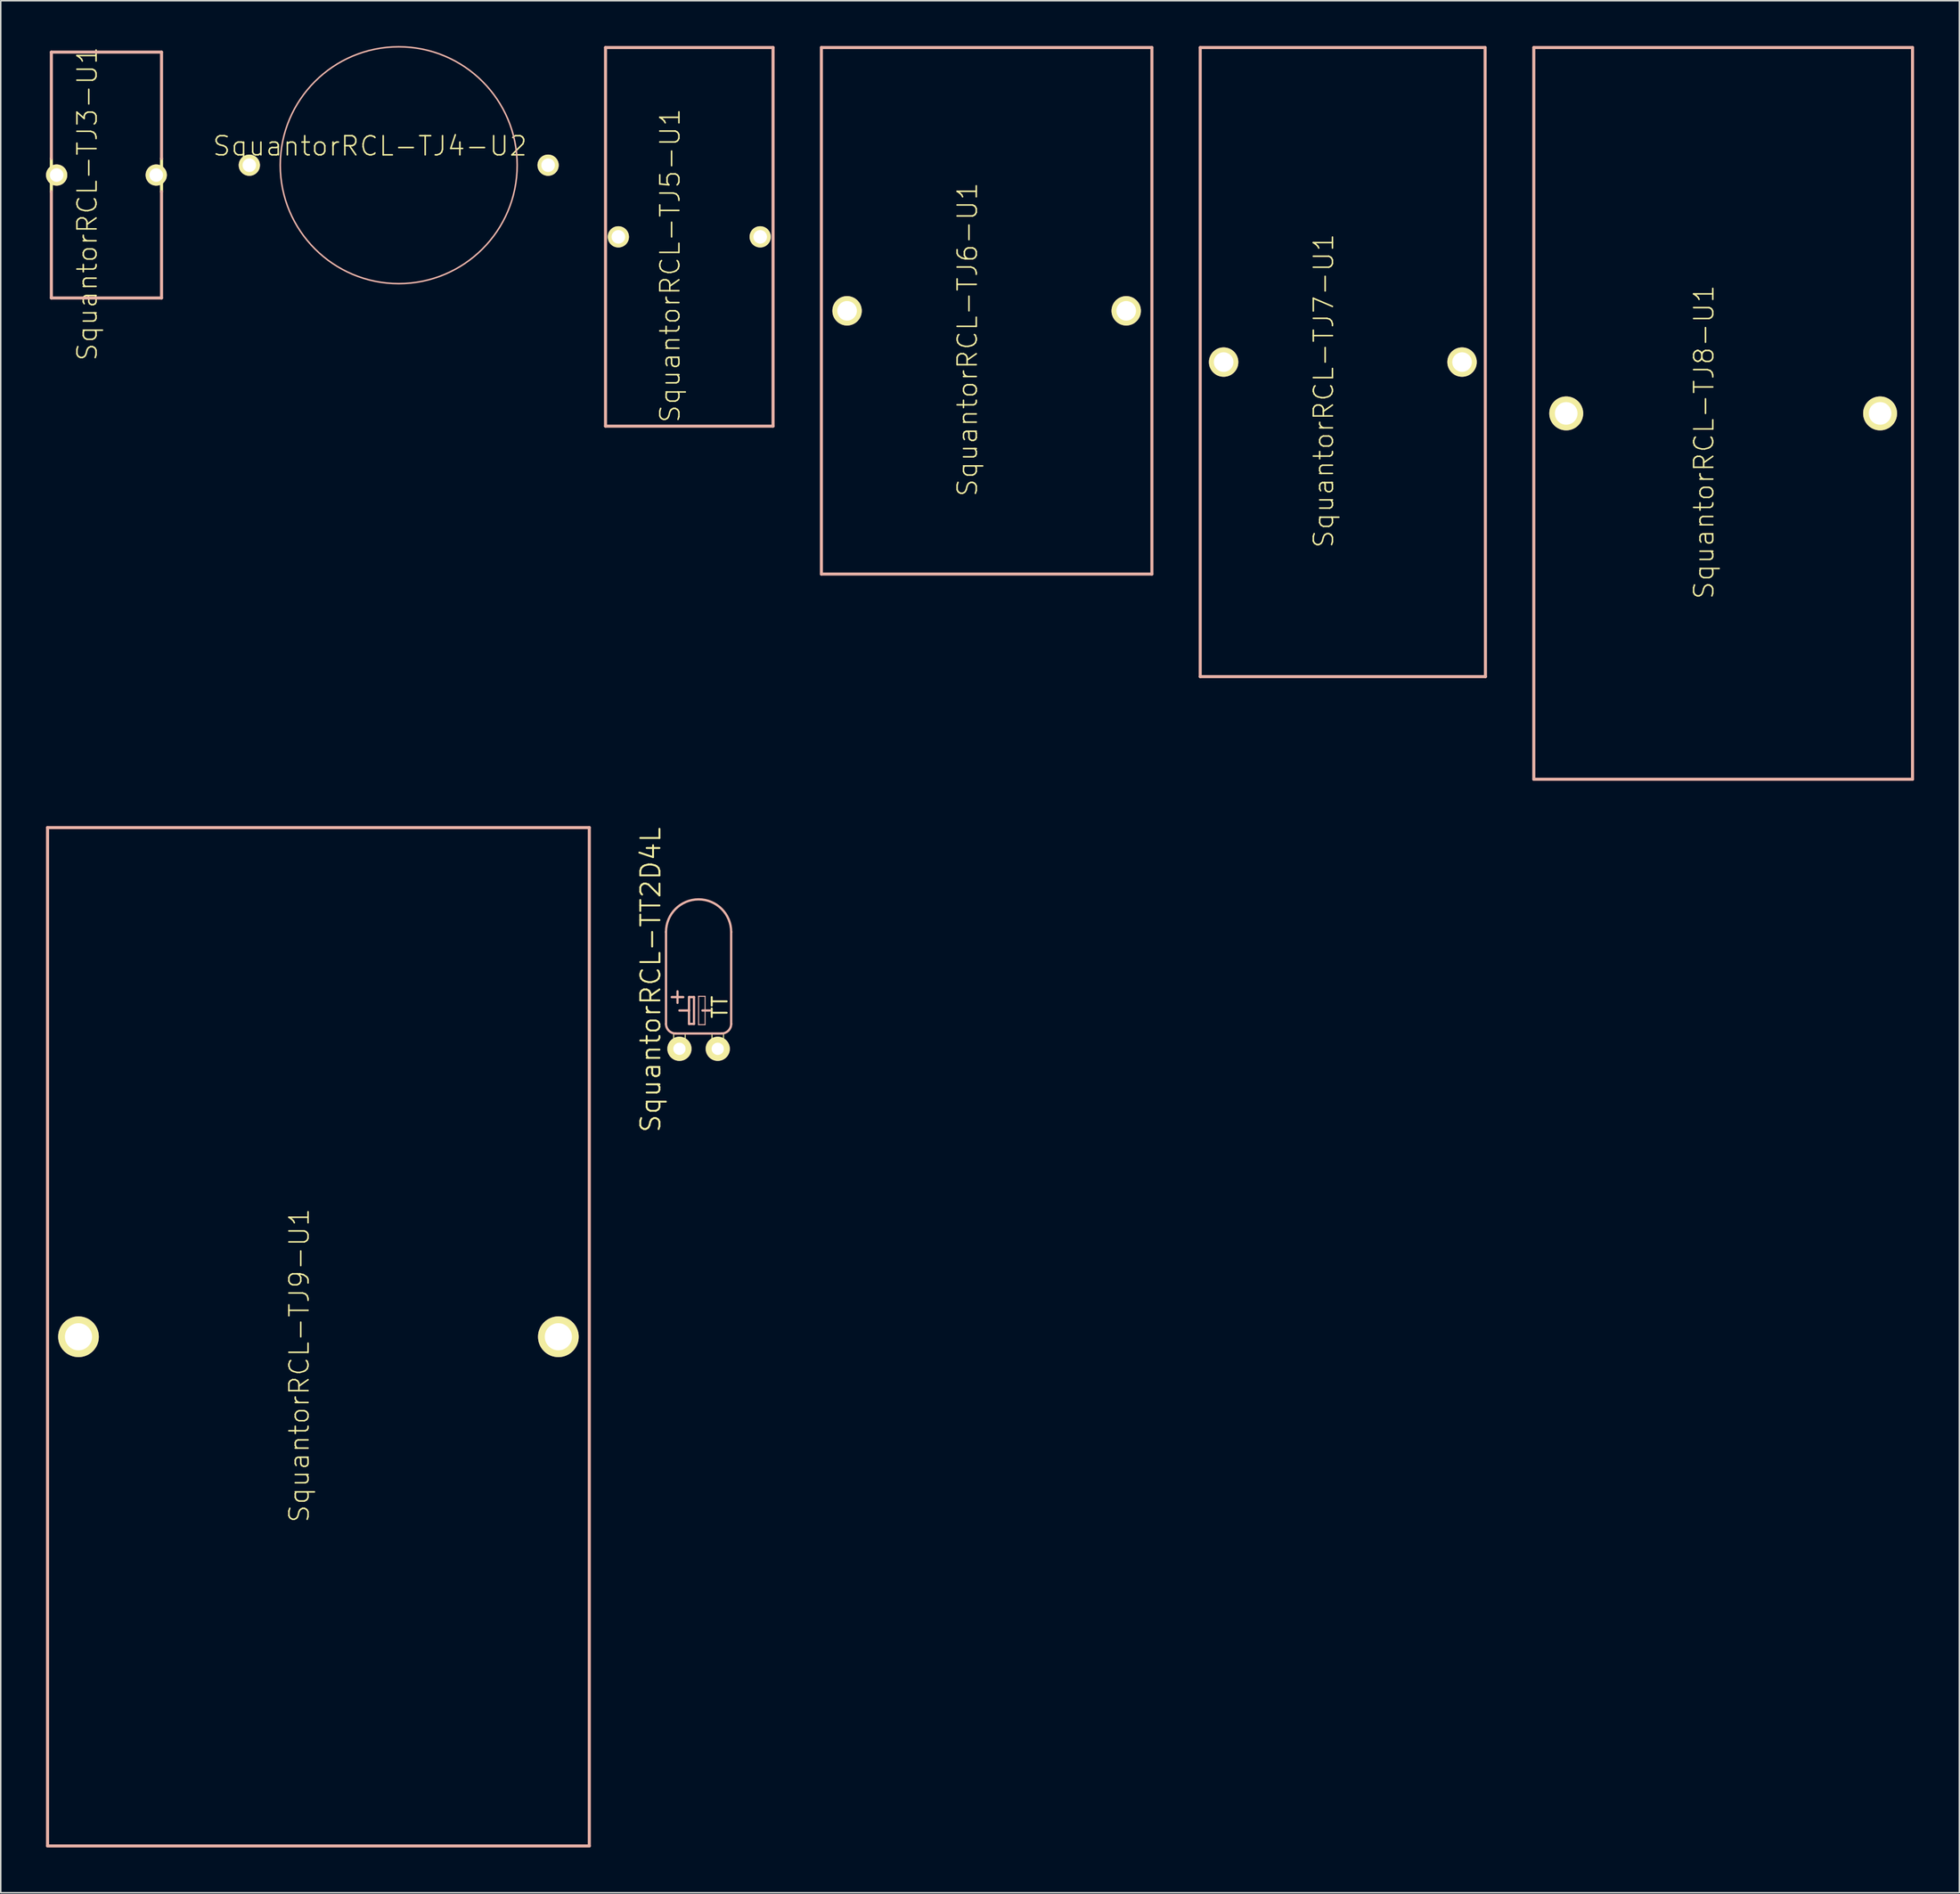
<source format=kicad_pcb>
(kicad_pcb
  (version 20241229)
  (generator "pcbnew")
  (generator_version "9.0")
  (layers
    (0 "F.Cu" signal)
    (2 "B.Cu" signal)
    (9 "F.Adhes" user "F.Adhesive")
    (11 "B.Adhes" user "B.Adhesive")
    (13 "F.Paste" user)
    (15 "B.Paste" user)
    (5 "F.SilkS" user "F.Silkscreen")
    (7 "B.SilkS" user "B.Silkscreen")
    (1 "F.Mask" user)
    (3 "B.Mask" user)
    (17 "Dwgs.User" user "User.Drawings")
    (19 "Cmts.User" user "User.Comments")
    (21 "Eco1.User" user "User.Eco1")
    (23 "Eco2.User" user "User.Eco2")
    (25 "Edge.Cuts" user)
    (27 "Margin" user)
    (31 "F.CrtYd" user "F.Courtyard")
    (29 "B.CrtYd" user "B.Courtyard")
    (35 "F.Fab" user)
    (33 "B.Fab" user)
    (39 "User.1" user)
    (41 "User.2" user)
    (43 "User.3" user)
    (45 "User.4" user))
  (footprint "SquantorRCL-TJ6-U1"
    (layer "F.Cu")
    (at 62.325 17.551)
    (property "Reference" "SquantorRCL-TJ6-U1" (at -1.27 1.905 90) (layer "F.SilkS") (effects (font (size 1.27 1.27) (thickness 0.102))))
    (attr exclude_from_pos_files exclude_from_bom)
    (fp_line (start -10.95 -17.45) (end 10.95 -17.45) (stroke (width 0.203) (type solid)) (layer "B.SilkS"))
    (fp_line (start -10.95 17.45) (end -10.95 -17.45) (stroke (width 0.203) (type solid)) (layer "B.SilkS"))
    (fp_line (start 10.95 -17.45) (end 10.95 17.45) (stroke (width 0.203) (type solid)) (layer "B.SilkS"))
    (fp_line (start 10.95 17.45) (end -10.95 17.45) (stroke (width 0.203) (type solid)) (layer "B.SilkS"))
    (pad "1" thru_hole circle (at -9.248 0) (size 1.948 1.948) (drill 1.298) (layers "*.Cu" "F.Mask" "F.SilkS" "F.Paste"))
    (pad "2" thru_hole circle (at 9.248 0) (size 1.948 1.948) (drill 1.298) (layers "*.Cu" "F.Mask" "F.SilkS" "F.Paste")))
  (footprint "SquantorRCL-TJ8-U1"
    (layer "F.Cu")
    (at 111.127 24.351)
    (property "Reference" "SquantorRCL-TJ8-U1" (at -1.27 1.905 90) (layer "F.SilkS") (effects (font (size 1.27 1.27) (thickness 0.102))))
    (attr exclude_from_pos_files exclude_from_bom)
    (fp_line (start -12.548 -24.249) (end 12.548 -24.249) (stroke (width 0.203) (type solid)) (layer "B.SilkS"))
    (fp_line (start -12.548 24.249) (end -12.548 -24.249) (stroke (width 0.203) (type solid)) (layer "B.SilkS"))
    (fp_line (start 12.548 -24.249) (end 12.548 24.249) (stroke (width 0.203) (type solid)) (layer "B.SilkS"))
    (fp_line (start 12.548 24.249) (end -12.548 24.249) (stroke (width 0.203) (type solid)) (layer "B.SilkS"))
    (pad "1" thru_hole circle (at -10.399 0) (size 2.248 2.248) (drill 1.499) (layers "*.Cu" "F.Mask" "F.SilkS" "F.Paste"))
    (pad "2" thru_hole circle (at 10.399 0) (size 2.248 2.248) (drill 1.499) (layers "*.Cu" "F.Mask" "F.SilkS" "F.Paste")))
  (footprint "SquantorRCL-TJ7-U1"
    (layer "F.Cu")
    (at 85.927 20.95)
    (property "Reference" "SquantorRCL-TJ7-U1" (at -1.27 1.905 90) (layer "F.SilkS") (effects (font (size 1.27 1.27) (thickness 0.102))))
    (attr exclude_from_pos_files exclude_from_bom)
    (fp_line (start -9.449 -20.848) (end 9.428 -20.848) (stroke (width 0.203) (type solid)) (layer "B.SilkS"))
    (fp_line (start -9.449 20.848) (end -9.449 -20.848) (stroke (width 0.203) (type solid)) (layer "B.SilkS"))
    (fp_line (start 9.428 -20.848) (end 9.449 20.848) (stroke (width 0.203) (type solid)) (layer "B.SilkS"))
    (fp_line (start 9.449 20.848) (end -9.449 20.848) (stroke (width 0.203) (type solid)) (layer "B.SilkS"))
    (pad "1" thru_hole circle (at -7.899 0) (size 1.948 1.948) (drill 1.298) (layers "*.Cu" "F.Mask" "F.SilkS" "F.Paste"))
    (pad "2" thru_hole circle (at 7.899 0) (size 1.948 1.948) (drill 1.298) (layers "*.Cu" "F.Mask" "F.SilkS" "F.Paste")))
  (footprint "SquantorRCL-TJ4-U2"
    (layer "F.Cu")
    (at 23.369 7.9)
    (property "Reference" "SquantorRCL-TJ4-U2" (at -1.905 -1.27 0) (layer "F.SilkS") (effects (font (size 1.27 1.27) (thickness 0.102))))
    (attr exclude_from_pos_files exclude_from_bom)
    (fp_circle (center 0 0) (end -5.55 5.55) (stroke (width 0.102) (type solid)) (fill no) (layer "B.SilkS"))
    (pad "1" thru_hole circle (at -9.898 0) (size 1.407 1.407) (drill 0.899) (layers "*.Cu" "F.Mask" "F.SilkS" "F.Paste"))
    (pad "2" thru_hole circle (at 9.898 0) (size 1.407 1.407) (drill 0.899) (layers "*.Cu" "F.Mask" "F.SilkS" "F.Paste")))
  (footprint "SquantorRCL-TJ3-U1"
    (layer "F.Cu")
    (at 4.003 8.553)
    (property "Reference" "SquantorRCL-TJ3-U1" (at -1.27 1.905 90) (layer "F.SilkS") (effects (font (size 1.27 1.27) (thickness 0.102))))
    (attr exclude_from_pos_files exclude_from_bom)
    (fp_line (start -3.65 1.1) (end -3.65 -1.1) (stroke (width 0.203) (type solid)) (layer "F.SilkS"))
    (fp_line (start 3.65 -1.1) (end 3.65 1.1) (stroke (width 0.203) (type solid)) (layer "F.SilkS"))
    (fp_line (start -3.65 -8.148) (end 3.65 -8.148) (stroke (width 0.203) (type solid)) (layer "B.SilkS"))
    (fp_line (start -3.65 -1.1) (end -3.65 -8.148) (stroke (width 0.203) (type solid)) (layer "B.SilkS"))
    (fp_line (start -3.65 8.148) (end -3.65 1.1) (stroke (width 0.203) (type solid)) (layer "B.SilkS"))
    (fp_line (start 3.65 -8.148) (end 3.65 -1.1) (stroke (width 0.203) (type solid)) (layer "B.SilkS"))
    (fp_line (start 3.65 1.1) (end 3.65 8.148) (stroke (width 0.203) (type solid)) (layer "B.SilkS"))
    (fp_line (start 3.65 8.148) (end -3.65 8.148) (stroke (width 0.203) (type solid)) (layer "B.SilkS"))
    (pad "1" thru_hole circle (at -3.299 0) (size 1.407 1.407) (drill 0.899) (layers "*.Cu" "F.Mask" "F.SilkS" "F.Paste"))
    (pad "2" thru_hole circle (at 3.299 0) (size 1.407 1.407) (drill 0.899) (layers "*.Cu" "F.Mask" "F.SilkS" "F.Paste")))
  (footprint "SquantorRCL-TJ5-U1"
    (layer "F.Cu")
    (at 42.622 12.649)
    (property "Reference" "SquantorRCL-TJ5-U1" (at -1.27 1.905 90) (layer "F.SilkS") (effects (font (size 1.27 1.27) (thickness 0.102))))
    (attr exclude_from_pos_files exclude_from_bom)
    (fp_line (start -5.55 -12.548) (end 5.55 -12.548) (stroke (width 0.203) (type solid)) (layer "B.SilkS"))
    (fp_line (start -5.55 12.548) (end -5.55 -12.548) (stroke (width 0.203) (type solid)) (layer "B.SilkS"))
    (fp_line (start 5.55 -12.548) (end 5.55 12.548) (stroke (width 0.203) (type solid)) (layer "B.SilkS"))
    (fp_line (start 5.55 12.548) (end -5.55 12.548) (stroke (width 0.203) (type solid)) (layer "B.SilkS"))
    (pad "1" thru_hole circle (at -4.699 0) (size 1.407 1.407) (drill 0.899) (layers "*.Cu" "F.Mask" "F.SilkS" "F.Paste"))
    (pad "2" thru_hole circle (at 4.699 0) (size 1.407 1.407) (drill 0.899) (layers "*.Cu" "F.Mask" "F.SilkS" "F.Paste")))
  (footprint "SquantorRCL-TT2D4L"
    (layer "F.Cu")
    (at 43.239 66.467)
    (property "Reference" "SquantorRCL-TT2D4L" (at -3.175 -4.572 90) (layer "F.SilkS") (effects (font (size 1.27 1.27) (thickness 0.127))))
    (attr exclude_from_pos_files exclude_from_bom)
    (fp_line (start -1.651 -1.016) (end -0.889 -1.016) (stroke (width 0.066) (type solid)) (layer "F.SilkS"))
    (fp_line (start -1.651 -0.635) (end -1.651 -1.016) (stroke (width 0.066) (type solid)) (layer "F.SilkS"))
    (fp_line (start -1.651 -0.635) (end -0.889 -0.635) (stroke (width 0.066) (type solid)) (layer "F.SilkS"))
    (fp_line (start -1.651 -0.635) (end -0.889 -0.635) (stroke (width 0.066) (type solid)) (layer "F.SilkS"))
    (fp_line (start -1.651 0.127) (end -1.651 -0.635) (stroke (width 0.066) (type solid)) (layer "F.SilkS"))
    (fp_line (start -1.651 0.127) (end -0.889 0.127) (stroke (width 0.066) (type solid)) (layer "F.SilkS"))
    (fp_line (start -0.889 -0.635) (end -0.889 -1.016) (stroke (width 0.066) (type solid)) (layer "F.SilkS"))
    (fp_line (start -0.889 0.127) (end -0.889 -0.635) (stroke (width 0.066) (type solid)) (layer "F.SilkS"))
    (fp_line (start 0.889 -1.016) (end 1.651 -1.016) (stroke (width 0.066) (type solid)) (layer "F.SilkS"))
    (fp_line (start 0.889 -0.635) (end 0.889 -1.016) (stroke (width 0.066) (type solid)) (layer "F.SilkS"))
    (fp_line (start 0.889 -0.635) (end 1.651 -0.635) (stroke (width 0.066) (type solid)) (layer "F.SilkS"))
    (fp_line (start 0.889 -0.635) (end 1.651 -0.635) (stroke (width 0.066) (type solid)) (layer "F.SilkS"))
    (fp_line (start 0.889 0.127) (end 0.889 -0.635) (stroke (width 0.066) (type solid)) (layer "F.SilkS"))
    (fp_line (start 0.889 0.127) (end 1.651 0.127) (stroke (width 0.066) (type solid)) (layer "F.SilkS"))
    (fp_line (start 1.651 -0.635) (end 1.651 -1.016) (stroke (width 0.066) (type solid)) (layer "F.SilkS"))
    (fp_line (start 1.651 0.127) (end 1.651 -0.635) (stroke (width 0.066) (type solid)) (layer "F.SilkS"))
    (fp_line (start -2.159 -7.747) (end -2.159 -1.651) (stroke (width 0.152) (type solid)) (layer "B.SilkS"))
    (fp_line (start -1.778 -3.429) (end -1.016 -3.429) (stroke (width 0.152) (type solid)) (layer "B.SilkS"))
    (fp_line (start -1.524 -1.016) (end 1.524 -1.016) (stroke (width 0.152) (type solid)) (layer "B.SilkS"))
    (fp_line (start -1.397 -3.81) (end -1.397 -3.048) (stroke (width 0.152) (type solid)) (layer "B.SilkS"))
    (fp_line (start -1.27 -2.54) (end -0.635 -2.54) (stroke (width 0.152) (type solid)) (layer "B.SilkS"))
    (fp_line (start -0.635 -3.429) (end -0.635 -2.54) (stroke (width 0.152) (type solid)) (layer "B.SilkS"))
    (fp_line (start -0.635 -2.54) (end -0.635 -1.651) (stroke (width 0.152) (type solid)) (layer "B.SilkS"))
    (fp_line (start -0.635 -1.651) (end -0.305 -1.651) (stroke (width 0.152) (type solid)) (layer "B.SilkS"))
    (fp_line (start -0.305 -3.429) (end -0.635 -3.429) (stroke (width 0.152) (type solid)) (layer "B.SilkS"))
    (fp_line (start -0.305 -1.651) (end -0.305 -3.429) (stroke (width 0.152) (type solid)) (layer "B.SilkS"))
    (fp_line (start 0 -3.48) (end 0.432 -3.48) (stroke (width 0.066) (type solid)) (layer "B.SilkS"))
    (fp_line (start 0 -1.6) (end 0 -3.48) (stroke (width 0.066) (type solid)) (layer "B.SilkS"))
    (fp_line (start 0 -1.6) (end 0.432 -1.6) (stroke (width 0.066) (type solid)) (layer "B.SilkS"))
    (fp_line (start 0.254 -2.54) (end 0.762 -2.54) (stroke (width 0.152) (type solid)) (layer "B.SilkS"))
    (fp_line (start 0.432 -1.6) (end 0.432 -3.48) (stroke (width 0.066) (type solid)) (layer "B.SilkS"))
    (fp_line (start 2.159 -7.747) (end 2.159 -1.651) (stroke (width 0.152) (type solid)) (layer "B.SilkS"))
    (fp_arc (start -2.159 -7.747) (mid 0 -9.906) (end 2.159 -7.747) (stroke (width 0.1524) (type solid)) (layer "B.SilkS"))
    (fp_arc (start -1.524 -1.016) (mid -1.973013 -1.201987) (end -2.159 -1.651) (stroke (width 0.1524) (type solid)) (layer "B.SilkS"))
    (fp_arc (start 2.159 -1.651) (mid 1.973013 -1.201987) (end 1.524 -1.016) (stroke (width 0.1524) (type solid)) (layer "B.SilkS"))
    (fp_text user "TT" (at 1.41 -2.769 90) (layer "F.SilkS") (effects (font (size 0.991 0.991) (thickness 0.127))))
    (pad "+" thru_hole circle (at -1.27 0) (size 1.6 1.6) (drill 0.813) (layers "*.Cu" "F.Mask" "F.SilkS" "F.Paste"))
    (pad "-" thru_hole circle (at 1.27 0) (size 1.6 1.6) (drill 0.813) (layers "*.Cu" "F.Mask" "F.SilkS" "F.Paste")))
  (footprint "SquantorRCL-TJ9-U1"
    (layer "F.Cu")
    (at 18.049 85.553)
    (property "Reference" "SquantorRCL-TJ9-U1" (at -1.27 1.905 90) (layer "F.SilkS") (effects (font (size 1.27 1.27) (thickness 0.102))))
    (attr exclude_from_pos_files exclude_from_bom)
    (fp_line (start -17.948 -33.749) (end 17.948 -33.749) (stroke (width 0.203) (type solid)) (layer "B.SilkS"))
    (fp_line (start -17.948 33.749) (end -17.948 -33.749) (stroke (width 0.203) (type solid)) (layer "B.SilkS"))
    (fp_line (start 17.948 -33.749) (end 17.948 33.749) (stroke (width 0.203) (type solid)) (layer "B.SilkS"))
    (fp_line (start 17.948 33.749) (end -17.948 33.749) (stroke (width 0.203) (type solid)) (layer "B.SilkS"))
    (pad "1" thru_hole circle (at -15.898 0) (size 2.697 2.697) (drill 1.798) (layers "*.Cu" "F.Mask" "F.SilkS" "F.Paste"))
    (pad "2" thru_hole circle (at 15.898 0) (size 2.697 2.697) (drill 1.798) (layers "*.Cu" "F.Mask" "F.SilkS" "F.Paste")))
  (gr_rect
    (start -3 -3)
    (end 126.776 122.403)
    (stroke (width 0.1) (type default))
    (fill no)
    (layer "Edge.Cuts")))
</source>
